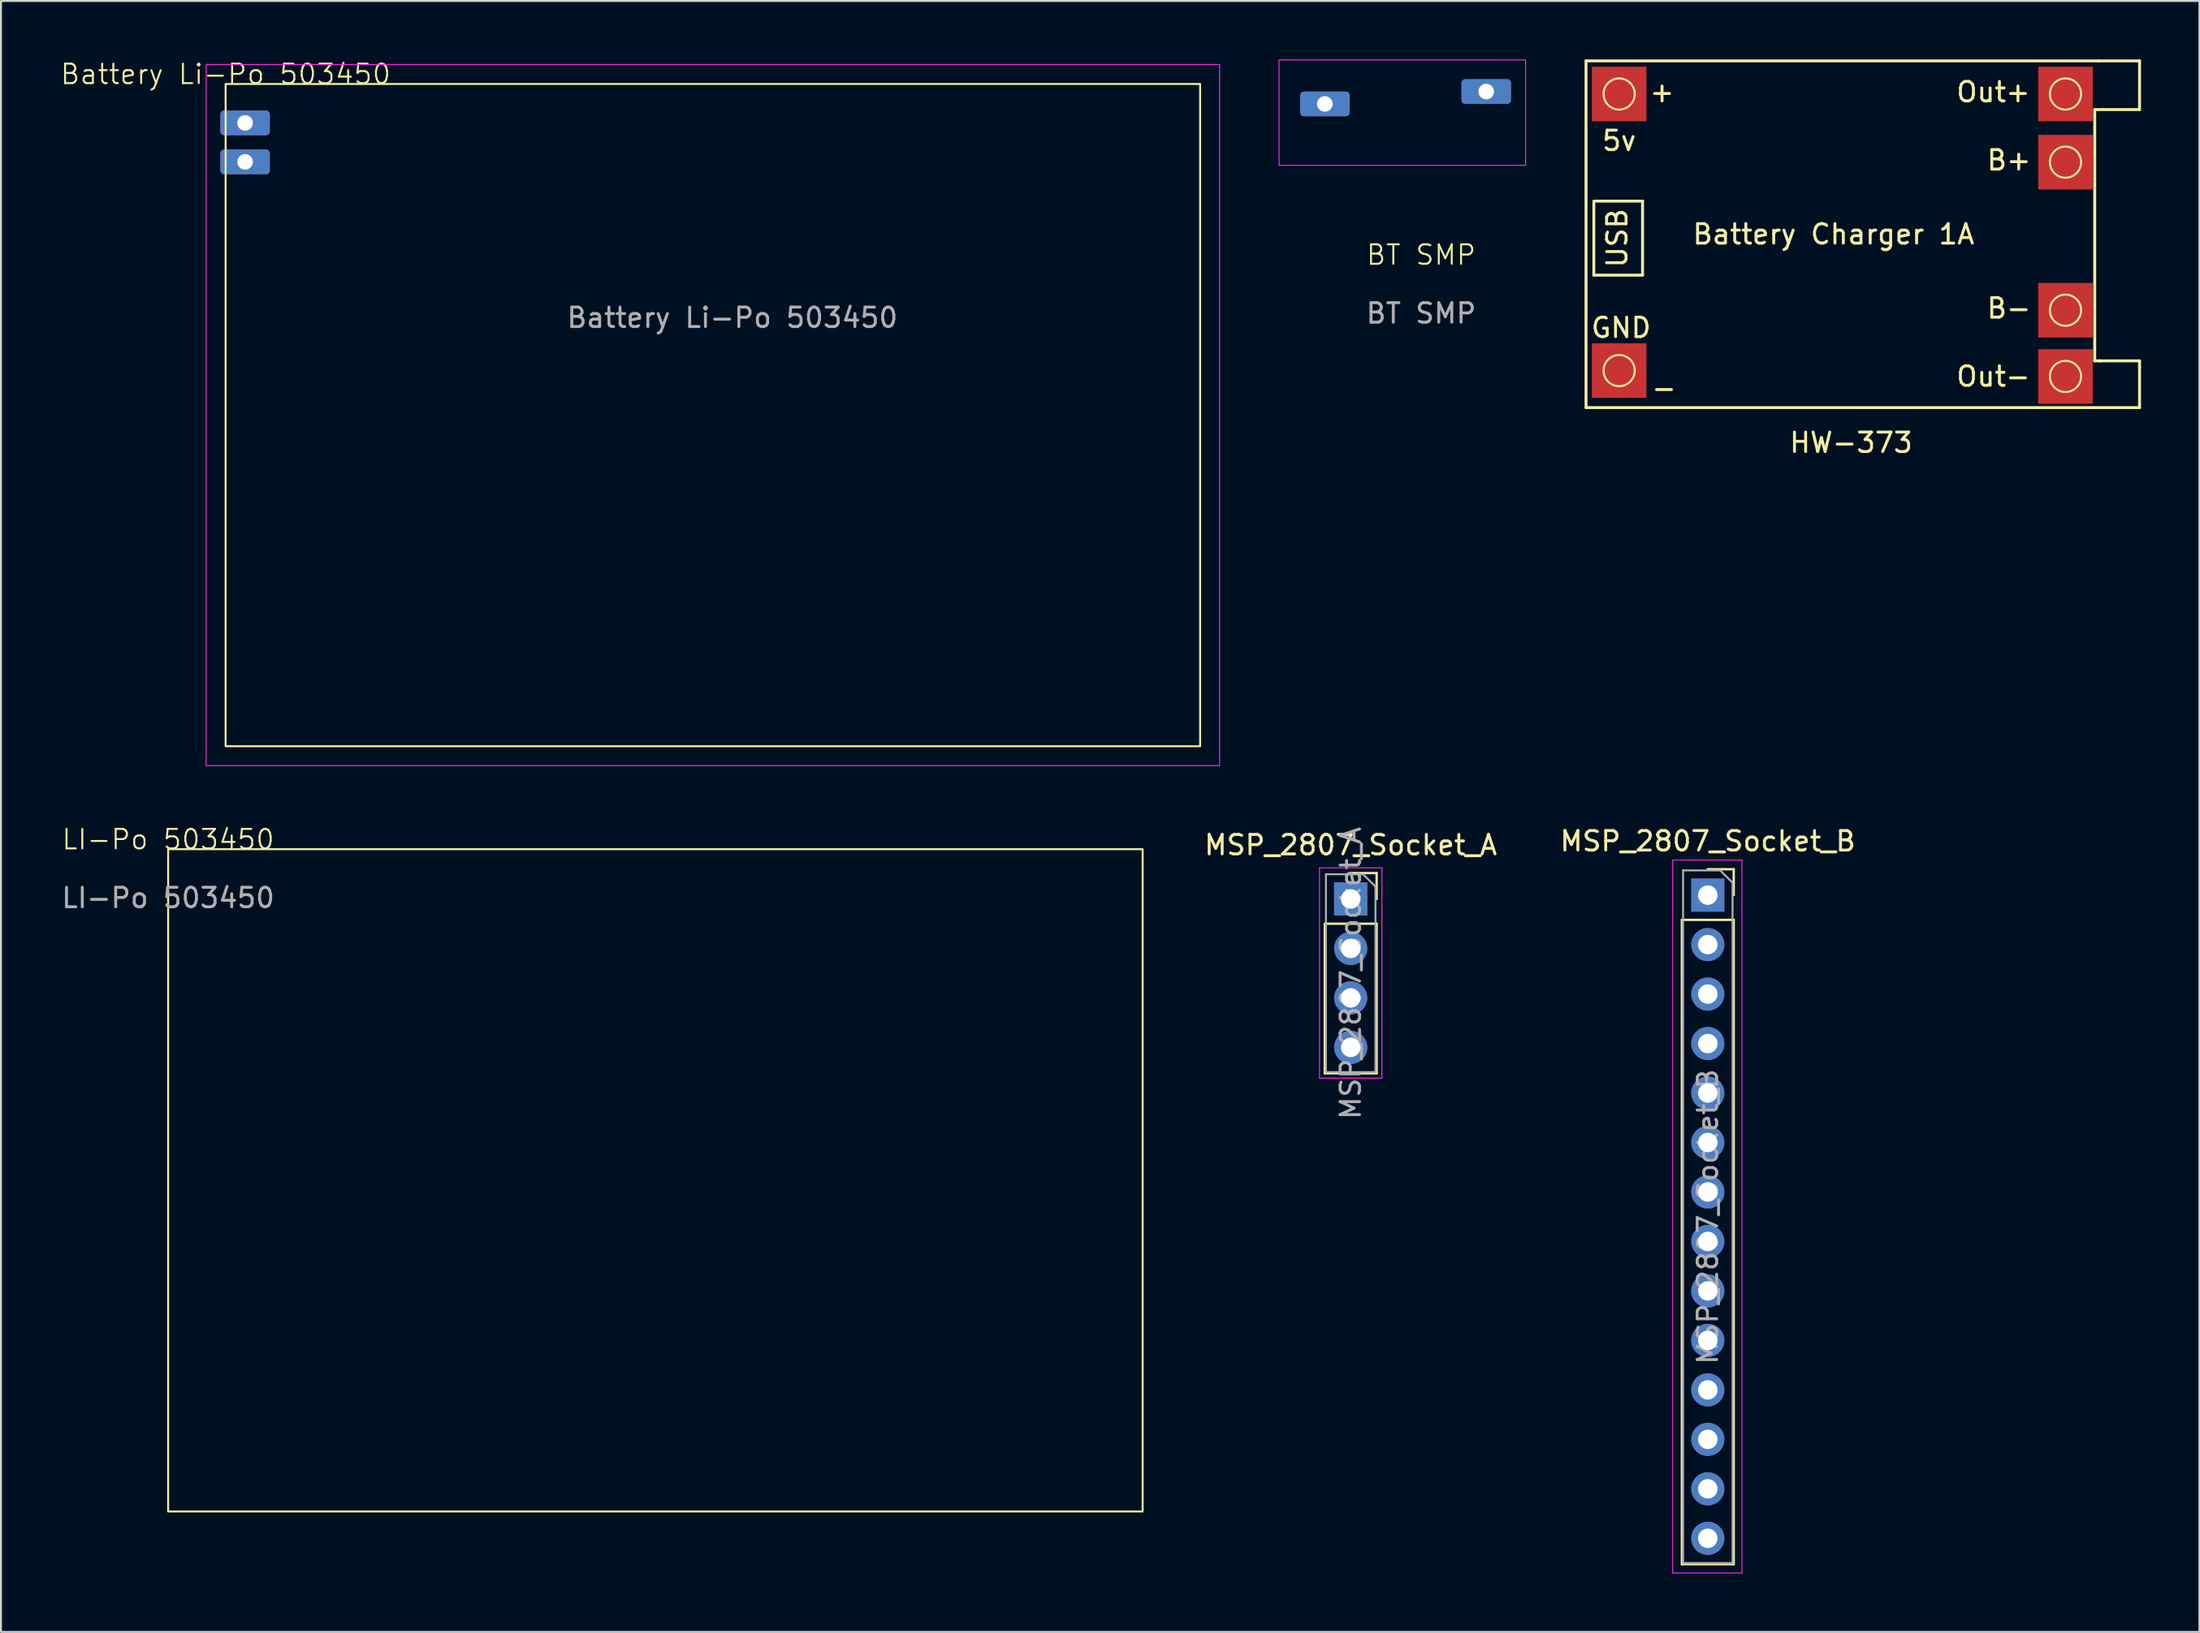
<source format=kicad_pcb>
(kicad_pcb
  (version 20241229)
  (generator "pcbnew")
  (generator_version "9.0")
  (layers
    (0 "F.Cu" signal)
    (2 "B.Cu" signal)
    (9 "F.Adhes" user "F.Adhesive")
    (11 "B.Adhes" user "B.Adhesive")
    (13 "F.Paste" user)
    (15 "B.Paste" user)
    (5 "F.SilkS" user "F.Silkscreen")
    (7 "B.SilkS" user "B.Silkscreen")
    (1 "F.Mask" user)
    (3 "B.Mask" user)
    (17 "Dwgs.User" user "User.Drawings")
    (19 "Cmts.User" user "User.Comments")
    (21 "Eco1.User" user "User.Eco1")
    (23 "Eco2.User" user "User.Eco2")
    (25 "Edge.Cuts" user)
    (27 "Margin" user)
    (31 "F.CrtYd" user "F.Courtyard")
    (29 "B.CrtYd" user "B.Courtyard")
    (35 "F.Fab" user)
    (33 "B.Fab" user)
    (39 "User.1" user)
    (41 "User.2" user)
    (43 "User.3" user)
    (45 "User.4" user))
  (footprint "MSP_2807_Socket_A"
    (layer "F.Cu")
    (at 66.252 43.101)
    (property "Reference" "MSP_2807_Socket_A" (at 0 -2.77 0) (layer "F.SilkS") (effects (font (size 1 1) (thickness 0.15))))
    (attr through_hole)
    (fp_line (start -1.33 1.27) (end -1.33 8.95) (stroke (width 0.12) (type solid)) (layer "F.SilkS"))
    (fp_line (start -1.33 1.27) (end 1.33 1.27) (stroke (width 0.12) (type solid)) (layer "F.SilkS"))
    (fp_line (start -1.33 8.95) (end 1.33 8.95) (stroke (width 0.12) (type solid)) (layer "F.SilkS"))
    (fp_line (start 0 -1.33) (end 1.33 -1.33) (stroke (width 0.12) (type solid)) (layer "F.SilkS"))
    (fp_line (start 1.33 -1.33) (end 1.33 0) (stroke (width 0.12) (type solid)) (layer "F.SilkS"))
    (fp_line (start 1.33 1.27) (end 1.33 8.95) (stroke (width 0.12) (type solid)) (layer "F.SilkS"))
    (fp_line (start -1.6 -1.6) (end 1.6 -1.6) (stroke (width 0.05) (type solid)) (layer "F.CrtYd"))
    (fp_line (start -1.6 9.2) (end -1.6 -1.6) (stroke (width 0.05) (type solid)) (layer "F.CrtYd"))
    (fp_line (start 1.6 -1.6) (end 1.6 9.2) (stroke (width 0.05) (type solid)) (layer "F.CrtYd"))
    (fp_line (start 1.6 9.2) (end -1.6 9.2) (stroke (width 0.05) (type solid)) (layer "F.CrtYd"))
    (fp_line (start -1.27 -1.27) (end 0.635 -1.27) (stroke (width 0.1) (type solid)) (layer "F.Fab"))
    (fp_line (start -1.27 8.89) (end -1.27 -1.27) (stroke (width 0.1) (type solid)) (layer "F.Fab"))
    (fp_line (start 0.635 -1.27) (end 1.27 -0.635) (stroke (width 0.1) (type solid)) (layer "F.Fab"))
    (fp_line (start 1.27 -0.635) (end 1.27 8.89) (stroke (width 0.1) (type solid)) (layer "F.Fab"))
    (fp_line (start 1.27 8.89) (end -1.27 8.89) (stroke (width 0.1) (type solid)) (layer "F.Fab"))
    (fp_text user "${REFERENCE}" (at 0 3.81 90) (layer "F.Fab") (effects (font (size 1 1) (thickness 0.15))))
    (pad "1" thru_hole rect (at 0 0) (size 1.7 1.7) (drill 1) (layers "*.Cu" "*.Mask"))
    (pad "2" thru_hole circle (at 0 2.54) (size 1.7 1.7) (drill 1) (layers "*.Cu" "*.Mask"))
    (pad "3" thru_hole circle (at 0 5.08) (size 1.7 1.7) (drill 1) (layers "*.Cu" "*.Mask"))
    (pad "4" thru_hole circle (at 0 7.62) (size 1.7 1.7) (drill 1) (layers "*.Cu" "*.Mask")))
  (footprint "HW-373"
    (layer "F.Cu")
    (at 80.026 1.775)
    (property "Reference" "HW-373" (at 11.9 17.9 0) (layer "F.SilkS") (effects (font (size 1 1) (thickness 0.15))))
    (attr through_hole)
    (fp_line (start -1.7 -1.7) (end 24.6 -1.7) (stroke (width 0.15) (type solid)) (layer "F.SilkS"))
    (fp_line (start -1.7 16.1) (end -1.7 -1.7) (stroke (width 0.15) (type solid)) (layer "F.SilkS"))
    (fp_line (start -1.3 5.5) (end 1.2 5.5) (stroke (width 0.15) (type solid)) (layer "F.SilkS"))
    (fp_line (start -1.3 9.3) (end -1.3 5.6) (stroke (width 0.15) (type solid)) (layer "F.SilkS"))
    (fp_line (start 1.2 5.5) (end 1.2 9.3) (stroke (width 0.15) (type solid)) (layer "F.SilkS"))
    (fp_line (start 1.2 9.3) (end -1.3 9.3) (stroke (width 0.15) (type solid)) (layer "F.SilkS"))
    (fp_line (start 24.4 0.8) (end 24.4 13.7) (stroke (width 0.15) (type solid)) (layer "F.SilkS"))
    (fp_line (start 24.4 13.7) (end 24.7 13.7) (stroke (width 0.15) (type solid)) (layer "F.SilkS"))
    (fp_line (start 24.6 -1.7) (end 26.7 -1.7) (stroke (width 0.15) (type solid)) (layer "F.SilkS"))
    (fp_line (start 24.6 13.7) (end 26.7 13.7) (stroke (width 0.15) (type solid)) (layer "F.SilkS"))
    (fp_line (start 26.7 -1.7) (end 26.7 0.8) (stroke (width 0.15) (type solid)) (layer "F.SilkS"))
    (fp_line (start 26.7 0.8) (end 24.4 0.8) (stroke (width 0.15) (type solid)) (layer "F.SilkS"))
    (fp_line (start 26.7 13.7) (end 26.7 14) (stroke (width 0.15) (type solid)) (layer "F.SilkS"))
    (fp_line (start 26.7 14) (end 26.7 16.1) (stroke (width 0.15) (type solid)) (layer "F.SilkS"))
    (fp_line (start 26.7 16.1) (end -1.7 16.1) (stroke (width 0.15) (type solid)) (layer "F.SilkS"))
    (fp_circle (center 0 0) (end 0.8 0) (stroke (width 0.1) (type solid)) (fill no) (layer "F.SilkS"))
    (fp_circle (center 0 14.2) (end 0.8 14.2) (stroke (width 0.1) (type solid)) (fill no) (layer "F.SilkS"))
    (fp_circle (center 22.9 0) (end 22.9 0.8) (stroke (width 0.1) (type default)) (fill no) (layer "F.SilkS"))
    (fp_circle (center 22.9 3.5) (end 23.7 3.5) (stroke (width 0.1) (type solid)) (fill no) (layer "F.SilkS"))
    (fp_circle (center 22.9 11.1) (end 23.7 11.1) (stroke (width 0.1) (type solid)) (fill no) (layer "F.SilkS"))
    (fp_circle (center 22.9 14.5) (end 22.9 13.7) (stroke (width 0.1) (type default)) (fill no) (layer "F.SilkS"))
    (fp_text user "5v" (at 0 2.4 0) (layer "F.SilkS") (effects (font (size 1 1) (thickness 0.15))))
    (fp_text user "Out+" (at 19.2 -0.1 0) (layer "F.SilkS") (effects (font (size 1 1) (thickness 0.15))))
    (fp_text user "-" (at 2.3 15.1 0) (layer "F.SilkS") (effects (font (size 1 1) (thickness 0.15))))
    (fp_text user "Battery Charger 1A" (at 11 7.2 0) (layer "F.SilkS") (effects (font (size 1 1) (thickness 0.15))))
    (fp_text user "+" (at 2.2 -0.1 0) (layer "F.SilkS") (effects (font (size 1 1) (thickness 0.15))))
    (fp_text user "Out-" (at 19.2 14.5 0) (layer "F.SilkS") (effects (font (size 1 1) (thickness 0.15))))
    (fp_text user "B+" (at 20 3.4 0) (layer "F.SilkS") (effects (font (size 1 1) (thickness 0.15))))
    (fp_text user "USB" (at -0.1 7.4 90) (layer "F.SilkS") (effects (font (size 1 1) (thickness 0.15))))
    (fp_text user "GND" (at 0.1 12 0) (layer "F.SilkS") (effects (font (size 1 1) (thickness 0.15))))
    (fp_text user "B-" (at 20 11 0) (layer "F.SilkS") (effects (font (size 1 1) (thickness 0.15))))
    (pad "1" connect rect (at 0 0) (size 2.8 2.8) (layers "F.Cu" "F.Mask"))
    (pad "2" connect rect (at 0 14.2) (size 2.8 2.8) (layers "F.Cu" "F.Mask"))
    (pad "3" connect rect (at 22.9 0) (size 2.8 2.8) (layers "F.Cu" "F.Mask"))
    (pad "4" connect rect (at 22.9 14.5) (size 2.8 2.8) (layers "F.Cu" "F.Mask"))
    (pad "5" connect rect (at 22.9 3.5) (size 2.8 2.8) (layers "F.Cu" "F.Mask"))
    (pad "6" connect rect (at 22.9 11.1) (size 2.8 2.8) (layers "F.Cu" "F.Mask")))
  (footprint "MSP_2807_Socket_B"
    (layer "F.Cu")
    (at 84.574 42.904)
    (property "Reference" "MSP_2807_Socket_B" (at 0 -2.77 0) (layer "F.SilkS") (effects (font (size 1 1) (thickness 0.15))))
    (attr through_hole)
    (fp_line (start -1.33 1.27) (end -1.33 34.35) (stroke (width 0.12) (type solid)) (layer "F.SilkS"))
    (fp_line (start -1.33 1.27) (end 1.33 1.27) (stroke (width 0.12) (type solid)) (layer "F.SilkS"))
    (fp_line (start -1.33 34.35) (end 1.33 34.35) (stroke (width 0.12) (type solid)) (layer "F.SilkS"))
    (fp_line (start 0 -1.33) (end 1.33 -1.33) (stroke (width 0.12) (type solid)) (layer "F.SilkS"))
    (fp_line (start 1.33 -1.33) (end 1.33 0) (stroke (width 0.12) (type solid)) (layer "F.SilkS"))
    (fp_line (start 1.33 1.27) (end 1.33 34.35) (stroke (width 0.12) (type solid)) (layer "F.SilkS"))
    (fp_line (start -1.8 -1.8) (end 1.75 -1.8) (stroke (width 0.05) (type solid)) (layer "F.CrtYd"))
    (fp_line (start -1.8 34.8) (end -1.8 -1.8) (stroke (width 0.05) (type solid)) (layer "F.CrtYd"))
    (fp_line (start 1.75 -1.8) (end 1.75 34.8) (stroke (width 0.05) (type solid)) (layer "F.CrtYd"))
    (fp_line (start 1.75 34.8) (end -1.8 34.8) (stroke (width 0.05) (type solid)) (layer "F.CrtYd"))
    (fp_line (start -1.27 -1.27) (end 0.635 -1.27) (stroke (width 0.1) (type solid)) (layer "F.Fab"))
    (fp_line (start -1.27 34.29) (end -1.27 -1.27) (stroke (width 0.1) (type solid)) (layer "F.Fab"))
    (fp_line (start 0.635 -1.27) (end 1.27 -0.635) (stroke (width 0.1) (type solid)) (layer "F.Fab"))
    (fp_line (start 1.27 -0.635) (end 1.27 34.29) (stroke (width 0.1) (type solid)) (layer "F.Fab"))
    (fp_line (start 1.27 34.29) (end -1.27 34.29) (stroke (width 0.1) (type solid)) (layer "F.Fab"))
    (fp_text user "${REFERENCE}" (at 0 16.51 90) (layer "F.Fab") (effects (font (size 1 1) (thickness 0.15))))
    (pad "1" thru_hole rect (at 0 0) (size 1.7 1.7) (drill 1) (layers "*.Cu" "*.Mask"))
    (pad "2" thru_hole circle (at 0 2.54) (size 1.7 1.7) (drill 1) (layers "*.Cu" "*.Mask"))
    (pad "3" thru_hole circle (at 0 5.08) (size 1.7 1.7) (drill 1) (layers "*.Cu" "*.Mask"))
    (pad "4" thru_hole circle (at 0 7.62) (size 1.7 1.7) (drill 1) (layers "*.Cu" "*.Mask"))
    (pad "5" thru_hole circle (at 0 10.16) (size 1.7 1.7) (drill 1) (layers "*.Cu" "*.Mask"))
    (pad "6" thru_hole circle (at 0 12.7) (size 1.7 1.7) (drill 1) (layers "*.Cu" "*.Mask"))
    (pad "7" thru_hole circle (at 0 15.24) (size 1.7 1.7) (drill 1) (layers "*.Cu" "*.Mask"))
    (pad "8" thru_hole circle (at 0 17.78) (size 1.7 1.7) (drill 1) (layers "*.Cu" "*.Mask"))
    (pad "9" thru_hole circle (at 0 20.32) (size 1.7 1.7) (drill 1) (layers "*.Cu" "*.Mask"))
    (pad "10" thru_hole circle (at 0 22.86) (size 1.7 1.7) (drill 1) (layers "*.Cu" "*.Mask"))
    (pad "11" thru_hole circle (at 0 25.4) (size 1.7 1.7) (drill 1) (layers "*.Cu" "*.Mask"))
    (pad "12" thru_hole circle (at 0 27.94) (size 1.7 1.7) (drill 1) (layers "*.Cu" "*.Mask"))
    (pad "13" thru_hole circle (at 0 30.48) (size 1.7 1.7) (drill 1) (layers "*.Cu" "*.Mask"))
    (pad "14" thru_hole circle (at 0 33.02) (size 1.7 1.7) (drill 1) (layers "*.Cu" "*.Mask")))
  (footprint "LI-Po 503450"
    (layer "F.Cu")
    (at 30.577 57.546)
    (property "Reference" "LI-Po 503450" (at -25 -17.5 0) (unlocked yes) (layer "F.SilkS") (effects (font (size 1 1) (thickness 0.1))))
    (attr through_hole)
    (fp_rect (start -25 -17) (end 25 17) (stroke (width 0.1) (type default)) (fill no) (layer "F.SilkS"))
    (fp_text user "${REFERENCE}" (at -25 -14.5 0) (unlocked yes) (layer "F.Fab") (effects (font (size 1 1) (thickness 0.15)))))
  (footprint "Battery Li-Po 503450"
    (layer "F.Cu")
    (at 8.526 1.26)
    (property "Reference" "Battery Li-Po 503450" (at 0 -0.5 0) (unlocked yes) (layer "F.SilkS") (effects (font (size 1 1) (thickness 0.1))))
    (attr through_hole)
    (fp_rect (start 0 0) (end 50 34) (stroke (width 0.1) (type default)) (fill no) (layer "F.SilkS"))
    (fp_rect (start -1 -1) (end 51 35) (stroke (width 0.05) (type default)) (fill no) (layer "F.CrtYd"))
    (fp_text user "${REFERENCE}" (at 26 12 0) (unlocked yes) (layer "F.Fab") (effects (font (size 1 1) (thickness 0.15))))
    (pad "1" thru_hole roundrect (at 1 2) (size 2.54 1.27) (drill 0.8) (layers "*.Cu" "*.Mask") (roundrect_rratio 0.15))
    (pad "2" thru_hole roundrect (at 1 4) (size 2.54 1.27) (drill 0.8) (layers "*.Cu" "*.Mask") (roundrect_rratio 0.15)))
  (footprint "BT SMP"
    (layer "F.Cu")
    (at 69.866 10.535)
    (property "Reference" "BT SMP" (at 0 -0.5 0) (unlocked yes) (layer "F.SilkS") (effects (font (size 1 1) (thickness 0.1))))
    (attr through_hole)
    (fp_rect (start -7.29 -10.51) (end 5.36 -5.1) (stroke (width 0.05) (type default)) (fill no) (layer "F.CrtYd"))
    (fp_text user "${REFERENCE}" (at 0 2.5 0) (unlocked yes) (layer "F.Fab") (effects (font (size 1 1) (thickness 0.15))))
    (pad "1" thru_hole roundrect (at -4.94 -8.25) (size 2.54 1.27) (drill 0.8) (layers "*.Cu" "*.Mask") (roundrect_rratio 0.15))
    (pad "2" thru_hole roundrect (at 3.34 -8.885) (size 2.54 1.27) (drill 0.8) (layers "*.Cu" "*.Mask") (roundrect_rratio 0.15)))
  (gr_rect
    (start -3 -3)
    (end 109.801 80.729)
    (stroke (width 0.1) (type default))
    (fill no)
    (layer "Edge.Cuts")))
</source>
